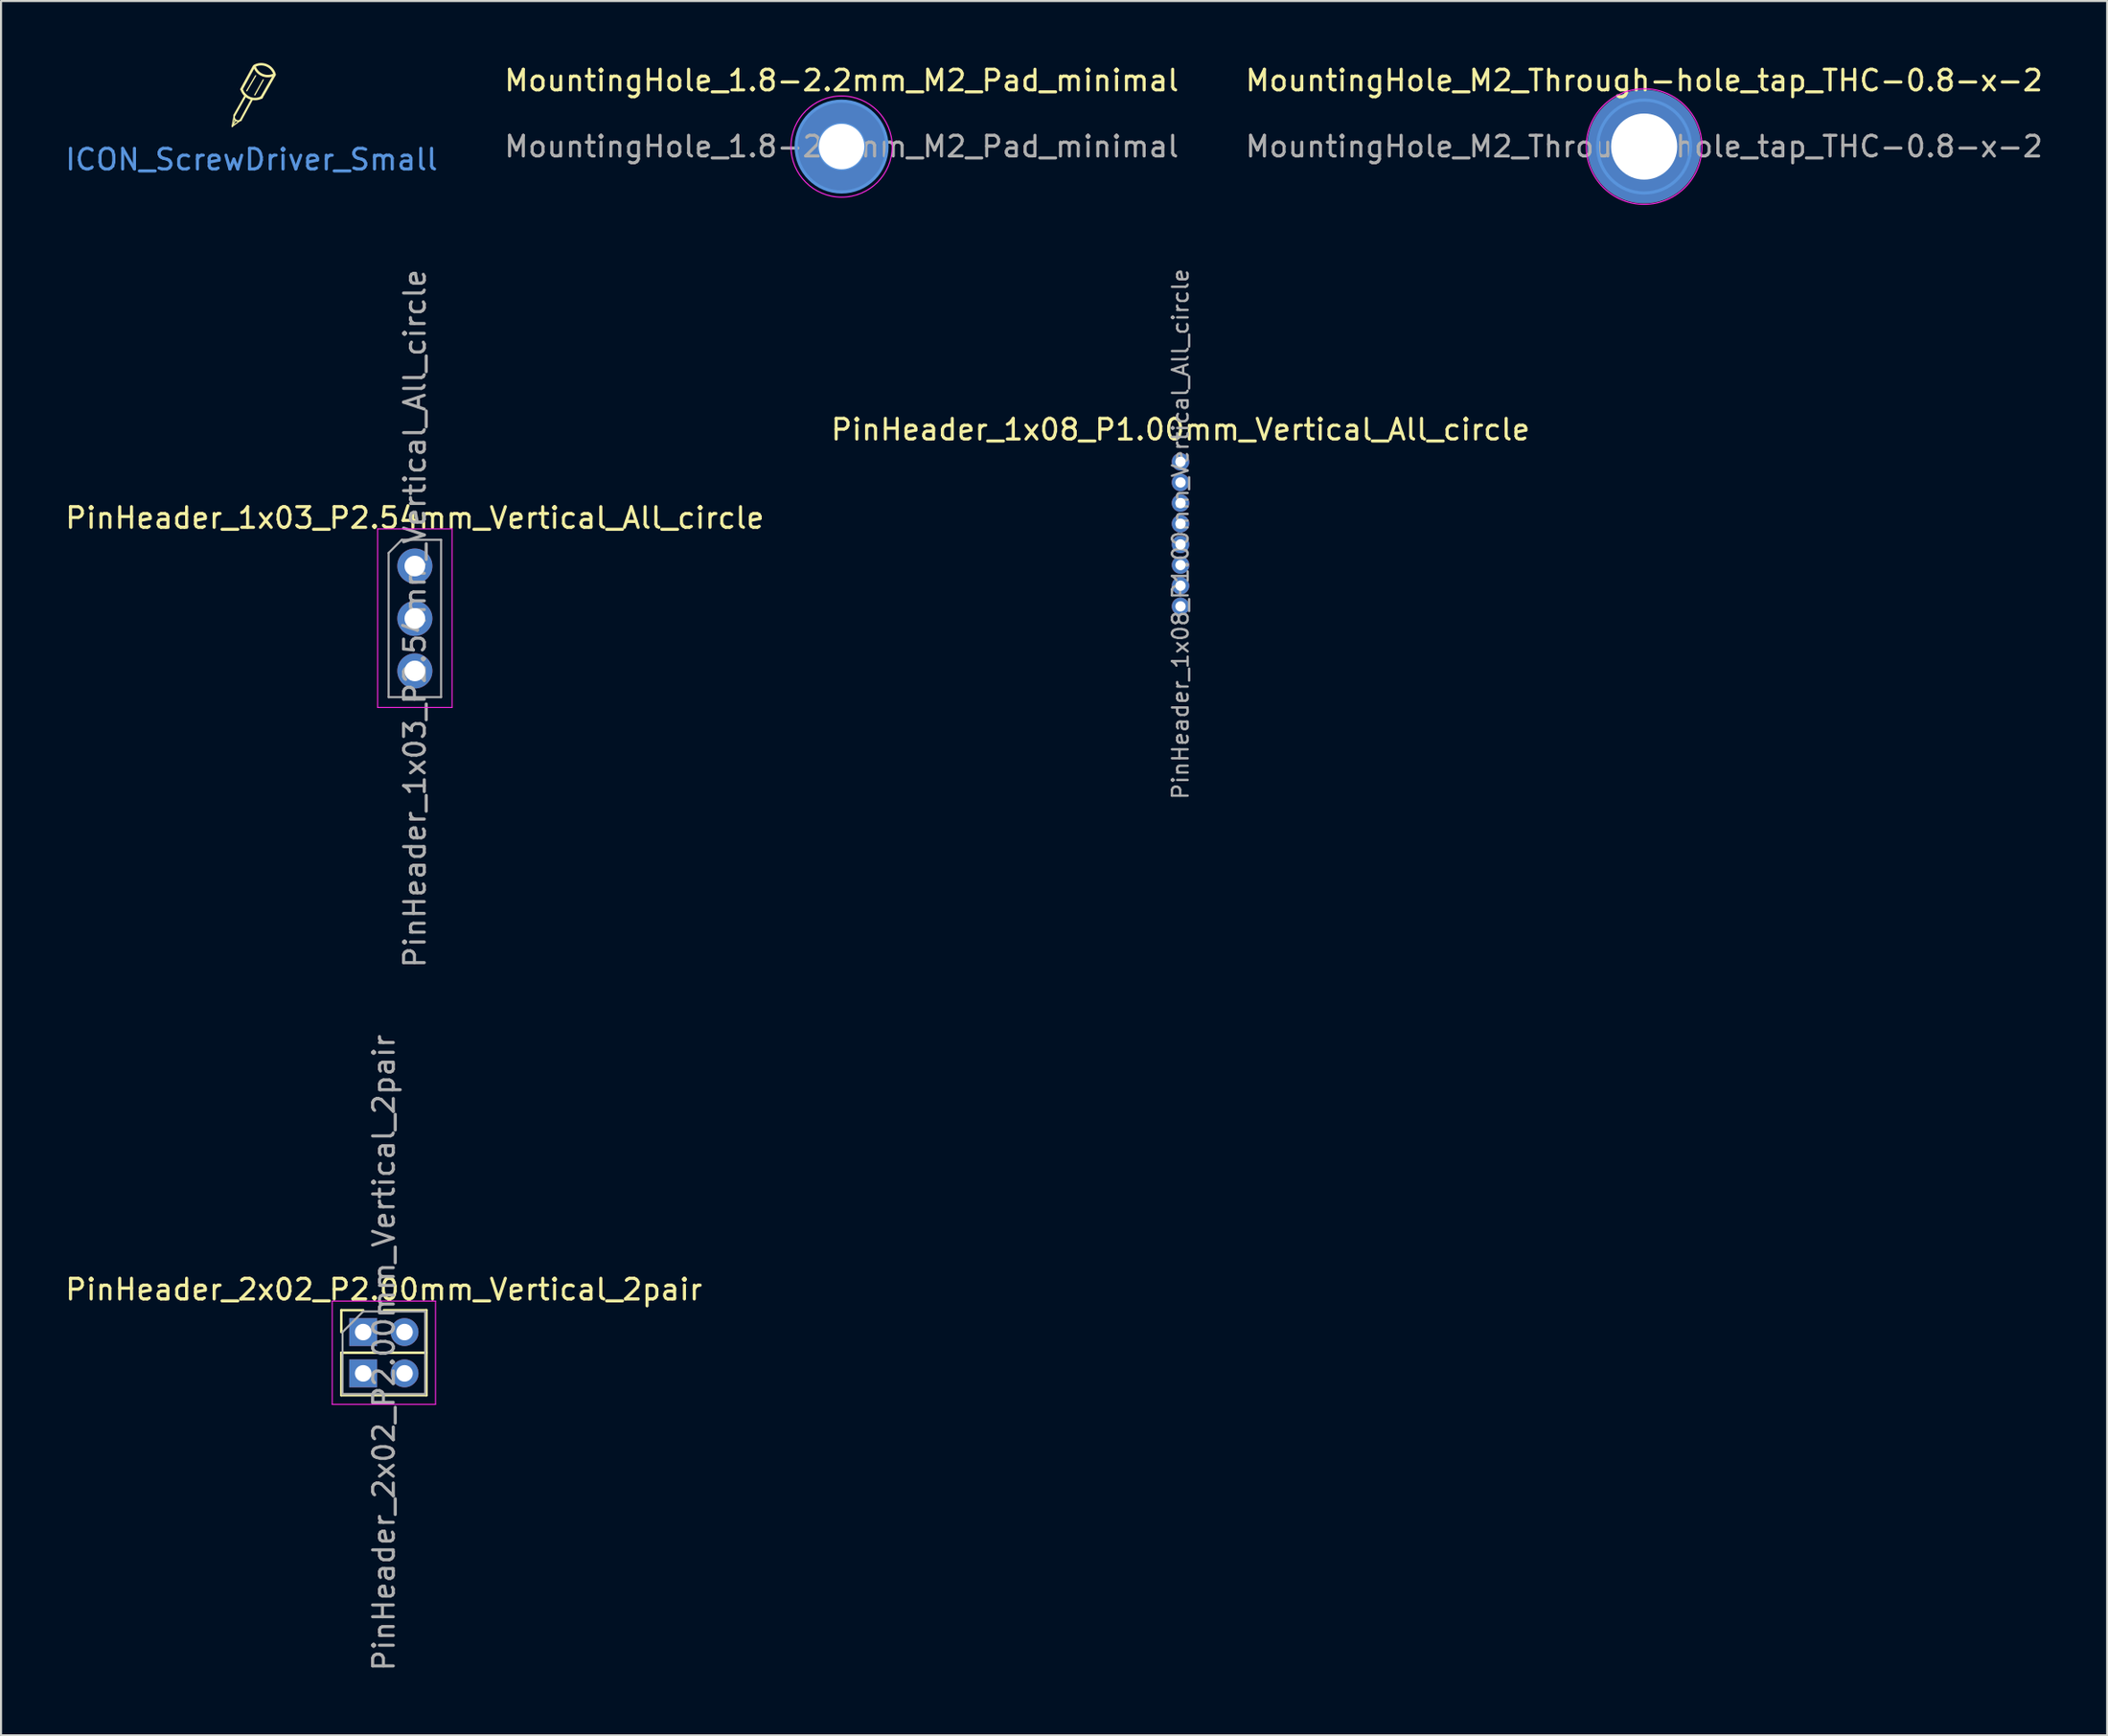
<source format=kicad_pcb>
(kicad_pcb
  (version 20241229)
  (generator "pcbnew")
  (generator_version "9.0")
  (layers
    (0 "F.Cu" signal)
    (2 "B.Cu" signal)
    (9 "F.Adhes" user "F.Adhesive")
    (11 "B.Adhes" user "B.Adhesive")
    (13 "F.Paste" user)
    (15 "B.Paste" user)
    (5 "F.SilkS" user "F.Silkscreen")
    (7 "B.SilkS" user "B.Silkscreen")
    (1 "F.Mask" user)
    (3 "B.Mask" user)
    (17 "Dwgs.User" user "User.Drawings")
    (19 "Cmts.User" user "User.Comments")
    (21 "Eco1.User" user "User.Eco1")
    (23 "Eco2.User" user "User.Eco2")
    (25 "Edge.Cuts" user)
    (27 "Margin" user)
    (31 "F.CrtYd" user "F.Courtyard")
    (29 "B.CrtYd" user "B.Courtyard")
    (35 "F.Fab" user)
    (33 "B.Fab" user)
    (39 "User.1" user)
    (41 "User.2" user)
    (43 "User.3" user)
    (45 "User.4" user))
  (footprint "MountingHole_M2_Through-hole_tap_THC-0.8-x-2"
    (layer "F.Cu")
    (at 76.53 4.048)
    (property "Reference" "MountingHole_M2_Through-hole_tap_THC-0.8-x-2" (at 0 -3.2 0) (layer "F.SilkS") (effects (font (size 1 1) (thickness 0.15))))
    (attr exclude_from_pos_files exclude_from_bom)
    (fp_circle (center 0 0) (end 2.25 0) (stroke (width 0.15) (type solid)) (fill no) (layer "Cmts.User"))
    (fp_circle (center 0 0) (end 2.8 0) (stroke (width 0.05) (type solid)) (fill no) (layer "F.CrtYd"))
    (fp_text user "${REFERENCE}" (at 0 0 0) (layer "F.Fab") (effects (font (size 1 1) (thickness 0.15))))
    (pad "1" connect circle (at 0 0) (size 4.4 4.4) (layers "F.Cu" "F.Mask"))
    (pad "1" connect circle (at 0 0) (size 4.4 4.4) (layers "B.Cu" "B.Mask"))
    (pad "1" thru_hole circle (at 0 0) (size 5.5 5.5) (drill 3.2) (layers "*.Cu" "*.Mask")))
  (footprint "PinHeader_2x02_P2.00mm_Vertical_2pair"
    (layer "F.Cu")
    (at 14.53 61.463)
    (property "Reference" "PinHeader_2x02_P2.00mm_Vertical_2pair" (at 1 -2.06 0) (layer "F.SilkS") (effects (font (size 1 1) (thickness 0.15))))
    (attr through_hole)
    (fp_line (start -1.06 -1.06) (end 0 -1.06) (stroke (width 0.12) (type solid)) (layer "F.SilkS"))
    (fp_line (start -1.06 0) (end -1.06 -1.06) (stroke (width 0.12) (type solid)) (layer "F.SilkS"))
    (fp_line (start -1.06 1) (end -1.06 3.06) (stroke (width 0.12) (type solid)) (layer "F.SilkS"))
    (fp_line (start -1.06 1) (end 3.06 1) (stroke (width 0.12) (type solid)) (layer "F.SilkS"))
    (fp_line (start -1.06 3.06) (end 3.06 3.06) (stroke (width 0.12) (type solid)) (layer "F.SilkS"))
    (fp_line (start 1 -1.06) (end 3.06 -1.06) (stroke (width 0.12) (type solid)) (layer "F.SilkS"))
    (fp_line (start 3.06 -1.06) (end 3.06 3.06) (stroke (width 0.12) (type solid)) (layer "F.SilkS"))
    (fp_line (start -1.5 -1.5) (end -1.5 3.5) (stroke (width 0.05) (type solid)) (layer "F.CrtYd"))
    (fp_line (start -1.5 3.5) (end 3.5 3.5) (stroke (width 0.05) (type solid)) (layer "F.CrtYd"))
    (fp_line (start 3.5 -1.5) (end -1.5 -1.5) (stroke (width 0.05) (type solid)) (layer "F.CrtYd"))
    (fp_line (start 3.5 3.5) (end 3.5 -1.5) (stroke (width 0.05) (type solid)) (layer "F.CrtYd"))
    (fp_line (start -1 0) (end 0 -1) (stroke (width 0.1) (type solid)) (layer "F.Fab"))
    (fp_line (start -1 3) (end -1 0) (stroke (width 0.1) (type solid)) (layer "F.Fab"))
    (fp_line (start 0 -1) (end 3 -1) (stroke (width 0.1) (type solid)) (layer "F.Fab"))
    (fp_line (start 3 -1) (end 3 3) (stroke (width 0.1) (type solid)) (layer "F.Fab"))
    (fp_line (start 3 3) (end -1 3) (stroke (width 0.1) (type solid)) (layer "F.Fab"))
    (fp_text user "${REFERENCE}" (at 1 1 90) (layer "F.Fab") (effects (font (size 1 1) (thickness 0.15))))
    (pad "1" thru_hole rect (at 0 0) (size 1.35 1.35) (drill 0.8) (layers "*.Cu" "*.Mask"))
    (pad "2" thru_hole oval (at 2 0) (size 1.35 1.35) (drill 0.8) (layers "*.Cu" "*.Mask"))
    (pad "3" thru_hole rect (at 0 2) (size 1.35 1.35) (drill 0.8) (layers "*.Cu" "*.Mask"))
    (pad "4" thru_hole oval (at 2 2) (size 1.35 1.35) (drill 0.8) (layers "*.Cu" "*.Mask")))
  (footprint "PinHeader_1x08_P1.00mm_Vertical_All_circle"
    (layer "F.Cu")
    (at 54.089 19.316)
    (property "Reference" "PinHeader_1x08_P1.00mm_Vertical_All_circle" (at 0 -1.56 0) (layer "F.SilkS") (effects (font (size 1 1) (thickness 0.15))))
    (attr through_hole)
    (fp_text user "${REFERENCE}" (at 0 3.5 90) (layer "F.Fab") (effects (font (size 0.76 0.76) (thickness 0.114))))
    (pad "1" thru_hole circle (at 0 0) (size 0.85 0.85) (drill 0.5) (layers "*.Cu" "*.Mask"))
    (pad "2" thru_hole oval (at 0 1) (size 0.85 0.85) (drill 0.5) (layers "*.Cu" "*.Mask"))
    (pad "3" thru_hole oval (at 0 2) (size 0.85 0.85) (drill 0.5) (layers "*.Cu" "*.Mask"))
    (pad "4" thru_hole oval (at 0 3) (size 0.85 0.85) (drill 0.5) (layers "*.Cu" "*.Mask"))
    (pad "5" thru_hole oval (at 0 4) (size 0.85 0.85) (drill 0.5) (layers "*.Cu" "*.Mask"))
    (pad "6" thru_hole oval (at 0 5) (size 0.85 0.85) (drill 0.5) (layers "*.Cu" "*.Mask"))
    (pad "7" thru_hole oval (at 0 6) (size 0.85 0.85) (drill 0.5) (layers "*.Cu" "*.Mask"))
    (pad "8" thru_hole oval (at 0 7) (size 0.85 0.85) (drill 0.5) (layers "*.Cu" "*.Mask")))
  (footprint "MountingHole_1.8-2.2mm_M2_Pad_minimal"
    (layer "F.Cu")
    (at 37.685 4.048)
    (property "Reference" "MountingHole_1.8-2.2mm_M2_Pad_minimal" (at 0 -3.2 0) (layer "F.SilkS") (effects (font (size 1 1) (thickness 0.15))))
    (attr exclude_from_pos_files)
    (fp_circle (center 0 0) (end 1.1 0) (stroke (width 0.12) (type default)) (fill no) (layer "Cmts.User"))
    (fp_circle (center 0 0) (end 2.2 0) (stroke (width 0.15) (type solid)) (fill no) (layer "Cmts.User"))
    (fp_circle (center 0 0) (end 2.45 0) (stroke (width 0.05) (type solid)) (fill no) (layer "F.CrtYd"))
    (fp_text user "${REFERENCE}" (at 0 0 0) (layer "F.Fab") (effects (font (size 1 1) (thickness 0.15))))
    (pad "1" thru_hole circle (at 0 0) (size 3.6 3.6) (drill 2.2) (layers "*.Cu" "*.Mask"))
    (pad "1" smd circle (at 0 0) (size 4.4 4.4) (layers "B.Cu" "B.Mask")))
  (footprint "PinHeader_1x03_P2.54mm_Vertical_All_circle"
    (layer "F.Cu")
    (at 17.03 24.363)
    (property "Reference" "PinHeader_1x03_P2.54mm_Vertical_All_circle" (at 0 -2.33 0) (layer "F.SilkS") (effects (font (size 1 1) (thickness 0.15))))
    (attr through_hole)
    (fp_line (start -1.8 -1.8) (end -1.8 6.85) (stroke (width 0.05) (type solid)) (layer "F.CrtYd"))
    (fp_line (start -1.8 6.85) (end 1.8 6.85) (stroke (width 0.05) (type solid)) (layer "F.CrtYd"))
    (fp_line (start 1.8 -1.8) (end -1.8 -1.8) (stroke (width 0.05) (type solid)) (layer "F.CrtYd"))
    (fp_line (start 1.8 6.85) (end 1.8 -1.8) (stroke (width 0.05) (type solid)) (layer "F.CrtYd"))
    (fp_line (start -1.27 -0.635) (end -0.635 -1.27) (stroke (width 0.1) (type solid)) (layer "F.Fab"))
    (fp_line (start -1.27 6.35) (end -1.27 -0.635) (stroke (width 0.1) (type solid)) (layer "F.Fab"))
    (fp_line (start -0.635 -1.27) (end 1.27 -1.27) (stroke (width 0.1) (type solid)) (layer "F.Fab"))
    (fp_line (start 1.27 -1.27) (end 1.27 6.35) (stroke (width 0.1) (type solid)) (layer "F.Fab"))
    (fp_line (start 1.27 6.35) (end -1.27 6.35) (stroke (width 0.1) (type solid)) (layer "F.Fab"))
    (fp_text user "${REFERENCE}" (at 0 2.54 270) (layer "F.Fab") (effects (font (size 1 1) (thickness 0.15))))
    (pad "1" thru_hole circle (at 0 0) (size 1.7 1.7) (drill 1) (layers "*.Cu" "*.Mask"))
    (pad "2" thru_hole oval (at 0 2.54) (size 1.7 1.7) (drill 1) (layers "*.Cu" "*.Mask"))
    (pad "3" thru_hole oval (at 0 5.08) (size 1.7 1.7) (drill 1) (layers "*.Cu" "*.Mask")))
  (footprint "ICON_ScrewDriver_Small"
    (layer "F.Cu")
    (at 9.125 4.178)
    (property "Reference" "ICON_ScrewDriver_Small" (at 0 0.5 0) (layer "Cmts.User") (effects (font (size 1 1) (thickness 0.15))))
    (attr through_hole)
    (fp_line (start -0.854 -1.57) (end -0.934 -1.11) (stroke (width 0.06) (type solid)) (layer "F.SilkS"))
    (fp_line (start -0.774 -1.41) (end -0.934 -1.11) (stroke (width 0.06) (type solid)) (layer "F.SilkS"))
    (fp_line (start -0.525 -1.414) (end -0.934 -1.11) (stroke (width 0.06) (type solid)) (layer "F.SilkS"))
    (fp_line (start -0.284 -2.61) (end -0.825 -1.654) (stroke (width 0.1) (type solid)) (layer "F.SilkS"))
    (fp_line (start -0.229 -2.83) (end 0.196 -3.56) (stroke (width 0.06) (type solid)) (layer "F.SilkS"))
    (fp_line (start 0.016 -2.41) (end -0.525 -1.414) (stroke (width 0.1) (type solid)) (layer "F.SilkS"))
    (fp_line (start 0.116 -4.01) (end -0.484 -2.91) (stroke (width 0.12) (type solid)) (layer "F.SilkS"))
    (fp_line (start 0.158 -2.63) (end 0.566 -3.36) (stroke (width 0.06) (type solid)) (layer "F.SilkS"))
    (fp_line (start 1.116 -3.61) (end 0.484 -2.51) (stroke (width 0.12) (type solid)) (layer "F.SilkS"))
    (fp_arc (start -0.525067 -1.414325) (mid -0.774068 -1.41) (end -0.824651 -1.653848) (stroke (width 0.08) (type default)) (layer "F.SilkS"))
    (fp_arc (start 0.147796 -4.038963) (mid 0.715932 -4.07) (end 1.106374 -3.656121) (stroke (width 0.12) (type solid)) (layer "F.SilkS"))
    (fp_arc (start 0.484068 -2.51) (mid -0.084068 -2.478963) (end -0.47451 -2.892842) (stroke (width 0.12) (type solid)) (layer "F.SilkS"))
    (fp_arc (start 1.104068 -3.621037) (mid 0.535932 -3.59) (end 0.14549 -4.003879) (stroke (width 0.12) (type solid)) (layer "F.SilkS")))
  (gr_rect
    (start -3 -3)
    (end 98.94 80.992)
    (stroke (width 0.1) (type default))
    (fill no)
    (layer "Edge.Cuts")))
</source>
